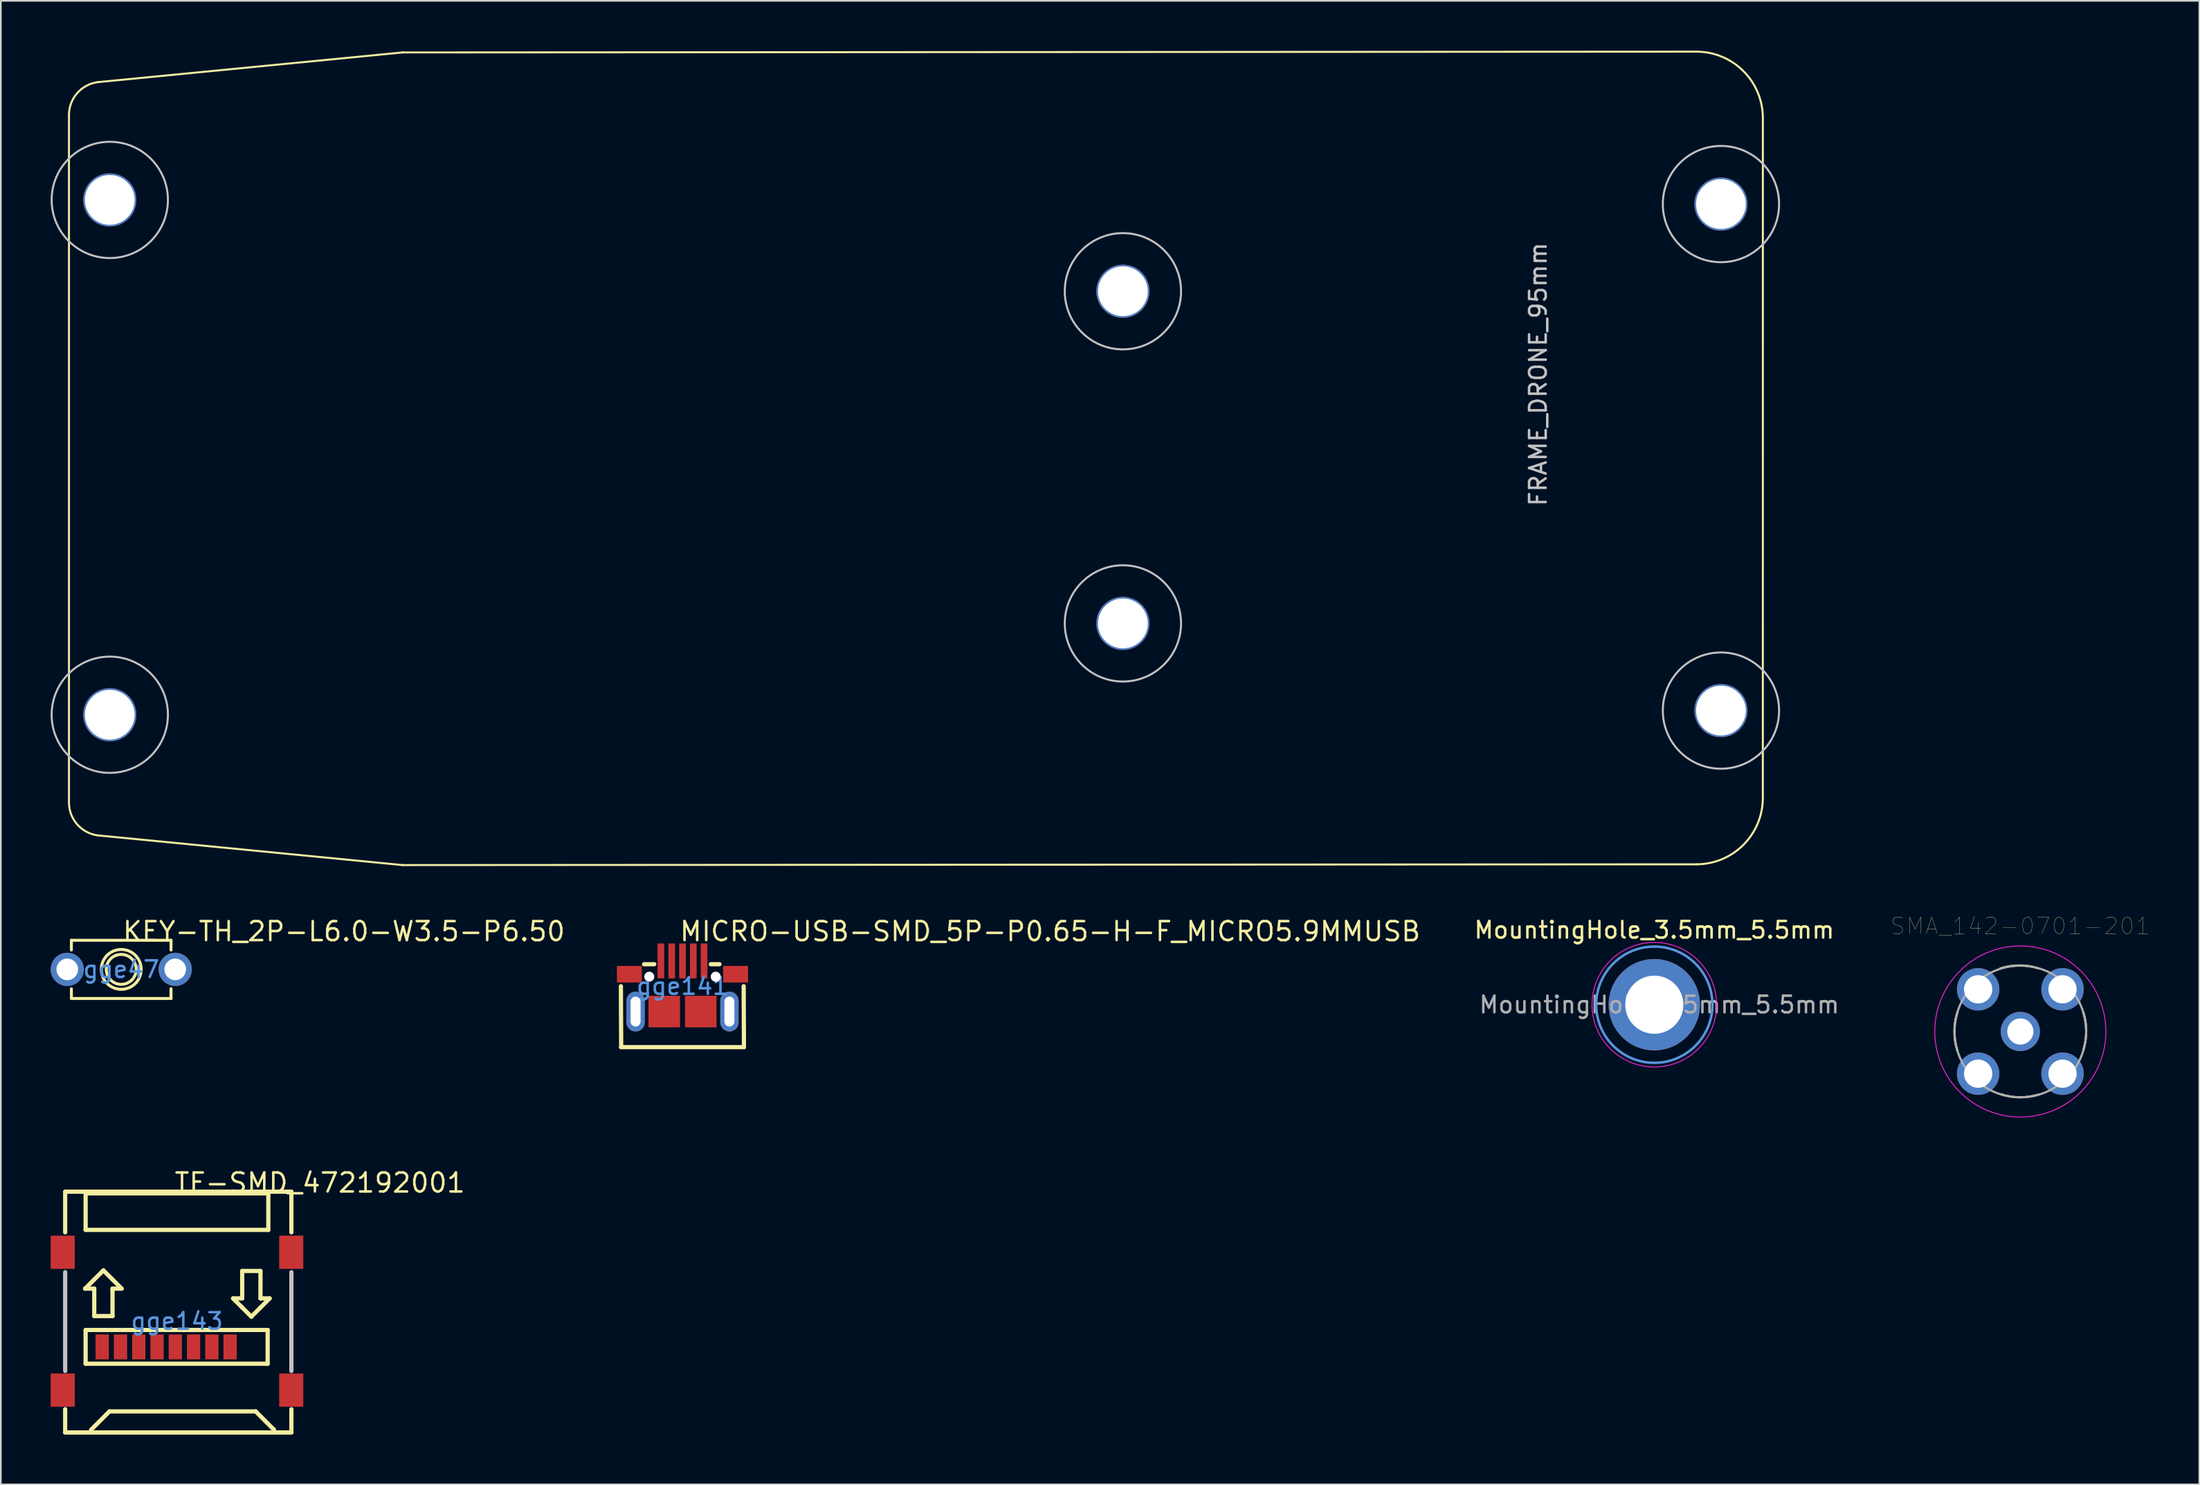
<source format=kicad_pcb>
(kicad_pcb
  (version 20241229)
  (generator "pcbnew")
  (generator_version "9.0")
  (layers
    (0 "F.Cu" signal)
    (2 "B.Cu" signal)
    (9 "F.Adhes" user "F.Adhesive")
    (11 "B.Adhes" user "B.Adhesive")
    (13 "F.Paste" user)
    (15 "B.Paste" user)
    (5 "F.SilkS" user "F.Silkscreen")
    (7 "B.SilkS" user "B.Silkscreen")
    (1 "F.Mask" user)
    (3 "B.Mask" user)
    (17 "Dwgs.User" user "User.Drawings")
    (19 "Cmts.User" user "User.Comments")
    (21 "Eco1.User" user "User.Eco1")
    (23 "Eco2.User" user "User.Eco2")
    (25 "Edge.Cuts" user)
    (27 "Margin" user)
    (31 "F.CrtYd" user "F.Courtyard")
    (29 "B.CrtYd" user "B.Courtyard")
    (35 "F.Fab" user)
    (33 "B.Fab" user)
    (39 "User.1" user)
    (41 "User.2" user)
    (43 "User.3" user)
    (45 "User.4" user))
  (footprint "MICRO-USB-SMD_5P-P0.65-H-F_MICRO5.9MMUSB"
    (layer "F.Cu")
    (at 38.043 56.336)
    (property "Reference" "MICRO-USB-SMD_5P-P0.65-H-F_MICRO5.9MMUSB" (at -0.251 -3.301 0) (layer "F.SilkS") (effects (font (size 1.143 1.143) (thickness 0.152)) (justify left)))
    (attr smd)
    (fp_line (start -3.7 3.667) (end 3.692 3.667) (stroke (width 0.254) (type solid)) (layer "F.SilkS"))
    (fp_line (start -3.692 3.659) (end -3.709 0) (stroke (width 0.254) (type solid)) (layer "F.SilkS"))
    (fp_line (start -2.315 -1.325) (end -1.7 -1.325) (stroke (width 0.254) (type solid)) (layer "F.SilkS"))
    (fp_line (start 1.707 -1.325) (end 2.225 -1.325) (stroke (width 0.254) (type solid)) (layer "F.SilkS"))
    (fp_line (start 3.692 3.667) (end 3.7 3.659) (stroke (width 0.254) (type solid)) (layer "F.SilkS"))
    (fp_line (start 3.7 3.659) (end 3.683 0) (stroke (width 0.254) (type solid)) (layer "F.SilkS"))
    (fp_poly (pts (xy -3.95 -1.225) (xy -2.45 -1.225) (xy -2.45 -0.225) (xy -3.95 -0.225)) (stroke (width 0) (type solid)) (fill yes) (layer "F.Paste"))
    (fp_poly (pts (xy -2.05 0.575) (xy -0.15 0.575) (xy -0.15 2.475) (xy -2.05 2.475)) (stroke (width 0) (type solid)) (fill yes) (layer "F.Paste"))
    (fp_poly (pts (xy -1.5 -2.575) (xy -1.1 -2.575) (xy -1.1 -0.475) (xy -1.5 -0.475)) (stroke (width 0) (type solid)) (fill yes) (layer "F.Paste"))
    (fp_poly (pts (xy -0.85 -2.575) (xy -0.45 -2.575) (xy -0.45 -0.475) (xy -0.85 -0.475)) (stroke (width 0) (type solid)) (fill yes) (layer "F.Paste"))
    (fp_poly (pts (xy -0.2 -2.575) (xy 0.2 -2.575) (xy 0.2 -0.475) (xy -0.2 -0.475)) (stroke (width 0) (type solid)) (fill yes) (layer "F.Paste"))
    (fp_poly (pts (xy 0.15 0.575) (xy 2.05 0.575) (xy 2.05 2.475) (xy 0.15 2.475)) (stroke (width 0) (type solid)) (fill yes) (layer "F.Paste"))
    (fp_poly (pts (xy 0.45 -2.575) (xy 0.85 -2.575) (xy 0.85 -0.475) (xy 0.45 -0.475)) (stroke (width 0) (type solid)) (fill yes) (layer "F.Paste"))
    (fp_poly (pts (xy 1.1 -2.575) (xy 1.5 -2.575) (xy 1.5 -0.475) (xy 1.1 -0.475)) (stroke (width 0) (type solid)) (fill yes) (layer "F.Paste"))
    (fp_poly (pts (xy 2.45 -1.225) (xy 3.95 -1.225) (xy 3.95 -0.225) (xy 2.45 -0.225)) (stroke (width 0) (type solid)) (fill yes) (layer "F.Paste"))
    (fp_text user "gge141" (at 0 0 0) (layer "Cmts.User") (effects (font (size 1 1) (thickness 0.15))))
    (pad "" np_thru_hole circle (at -2 -0.575) (size 0.6 0.6) (drill 0.6) (layers "*.Cu" "*.Mask"))
    (pad "" np_thru_hole circle (at 2 -0.575) (size 0.6 0.6) (drill 0.6) (layers "*.Cu" "*.Mask"))
    (pad "1" smd rect (at -1.3 -1.525) (size 0.4 2.1) (layers "F.Cu" "F.Mask" "F.Paste"))
    (pad "2" smd rect (at -0.65 -1.525) (size 0.4 2.1) (layers "F.Cu" "F.Mask" "F.Paste"))
    (pad "3" smd rect (at 0 -1.525) (size 0.4 2.1) (layers "F.Cu" "F.Mask" "F.Paste"))
    (pad "4" smd rect (at 0.65 -1.525) (size 0.4 2.1) (layers "F.Cu" "F.Mask" "F.Paste"))
    (pad "5" smd rect (at 1.3 -1.525) (size 0.4 2.1) (layers "F.Cu" "F.Mask" "F.Paste"))
    (pad "6" smd rect (at -3.2 -0.725) (size 1.5 1) (layers "F.Cu" "F.Mask" "F.Paste"))
    (pad "6" thru_hole oval (at -2.825 1.525) (size 1.1 2.4) (drill oval 0.6 1.8) (layers "*.Cu" "*.Paste" "*.Mask"))
    (pad "6" smd rect (at -1.1 1.525) (size 1.9 1.9) (layers "F.Cu" "F.Mask" "F.Paste"))
    (pad "6" smd rect (at 1.1 1.525) (size 1.9 1.9) (layers "F.Cu" "F.Mask" "F.Paste"))
    (pad "6" thru_hole oval (at 2.825 1.525) (size 1.1 2.4) (drill oval 0.6 1.8) (layers "*.Cu" "*.Paste" "*.Mask"))
    (pad "6" smd rect (at 3.2 -0.725) (size 1.5 1) (layers "F.Cu" "F.Mask" "F.Paste")))
  (footprint "TF-SMD_472192001"
    (layer "F.Cu")
    (at 7.605 76.504)
    (property "Reference" "TF-SMD_472192001" (at -0.232 -8.332 0) (layer "F.SilkS") (effects (font (size 1.143 1.143) (thickness 0.152)) (justify left)))
    (attr smd)
    (fp_line (start -6.731 -7.787) (end -6.731 -5.35) (stroke (width 0.254) (type solid)) (layer "F.SilkS"))
    (fp_line (start -6.731 5.3) (end -6.731 6.7) (stroke (width 0.254) (type solid)) (layer "F.SilkS"))
    (fp_line (start -6.731 6.7) (end 6.89 6.7) (stroke (width 0.254) (type solid)) (layer "F.SilkS"))
    (fp_line (start -5.531 -1.959) (end -4.98 -2.51) (stroke (width 0.254) (type solid)) (layer "F.SilkS"))
    (fp_line (start -5.5 -7.697) (end 5.5 -7.697) (stroke (width 0.254) (type solid)) (layer "F.SilkS"))
    (fp_line (start -5.5 -5.497) (end -5.5 -7.697) (stroke (width 0.254) (type solid)) (layer "F.SilkS"))
    (fp_line (start -5.5 0.53) (end 5.461 0.53) (stroke (width 0.254) (type solid)) (layer "F.SilkS"))
    (fp_line (start -5.5 2.562) (end -5.5 0.53) (stroke (width 0.254) (type solid)) (layer "F.SilkS"))
    (fp_line (start -5.163 6.531) (end -4.063 5.432) (stroke (width 0.254) (type solid)) (layer "F.SilkS"))
    (fp_line (start -5.163 6.662) (end -5.163 6.531) (stroke (width 0.254) (type solid)) (layer "F.SilkS"))
    (fp_line (start -4.98 -2.51) (end -4.431 -3.059) (stroke (width 0.254) (type solid)) (layer "F.SilkS"))
    (fp_line (start -4.98 -1.959) (end -5.531 -1.959) (stroke (width 0.254) (type solid)) (layer "F.SilkS"))
    (fp_line (start -4.98 -0.308) (end -4.98 -1.959) (stroke (width 0.254) (type solid)) (layer "F.SilkS"))
    (fp_line (start -4.431 -3.059) (end -3.88 -2.51) (stroke (width 0.254) (type solid)) (layer "F.SilkS"))
    (fp_line (start -4.063 5.432) (end 4.737 5.432) (stroke (width 0.254) (type solid)) (layer "F.SilkS"))
    (fp_line (start -3.88 -2.51) (end -3.331 -1.959) (stroke (width 0.254) (type solid)) (layer "F.SilkS"))
    (fp_line (start -3.88 -1.959) (end -3.88 -0.308) (stroke (width 0.254) (type solid)) (layer "F.SilkS"))
    (fp_line (start -3.88 -0.308) (end -4.98 -0.308) (stroke (width 0.254) (type solid)) (layer "F.SilkS"))
    (fp_line (start -3.331 -1.959) (end -3.88 -1.959) (stroke (width 0.254) (type solid)) (layer "F.SilkS"))
    (fp_line (start 3.379 -1.372) (end 3.928 -1.372) (stroke (width 0.254) (type solid)) (layer "F.SilkS"))
    (fp_line (start 3.928 -3.023) (end 5.028 -3.023) (stroke (width 0.254) (type solid)) (layer "F.SilkS"))
    (fp_line (start 3.928 -1.372) (end 3.928 -3.023) (stroke (width 0.254) (type solid)) (layer "F.SilkS"))
    (fp_line (start 3.928 -0.821) (end 3.379 -1.372) (stroke (width 0.254) (type solid)) (layer "F.SilkS"))
    (fp_line (start 4.479 -0.272) (end 3.928 -0.821) (stroke (width 0.254) (type solid)) (layer "F.SilkS"))
    (fp_line (start 4.737 5.432) (end 5.837 6.532) (stroke (width 0.254) (type solid)) (layer "F.SilkS"))
    (fp_line (start 5.028 -3.023) (end 5.028 -1.372) (stroke (width 0.254) (type solid)) (layer "F.SilkS"))
    (fp_line (start 5.028 -1.372) (end 5.579 -1.372) (stroke (width 0.254) (type solid)) (layer "F.SilkS"))
    (fp_line (start 5.028 -0.821) (end 4.479 -0.272) (stroke (width 0.254) (type solid)) (layer "F.SilkS"))
    (fp_line (start 5.461 0.53) (end 5.461 2.562) (stroke (width 0.254) (type solid)) (layer "F.SilkS"))
    (fp_line (start 5.461 2.562) (end -5.5 2.562) (stroke (width 0.254) (type solid)) (layer "F.SilkS"))
    (fp_line (start 5.5 -7.697) (end 5.5 -5.497) (stroke (width 0.254) (type solid)) (layer "F.SilkS"))
    (fp_line (start 5.5 -5.497) (end -5.5 -5.497) (stroke (width 0.254) (type solid)) (layer "F.SilkS"))
    (fp_line (start 5.579 -1.372) (end 5.028 -0.821) (stroke (width 0.254) (type solid)) (layer "F.SilkS"))
    (fp_line (start 5.837 6.532) (end 5.837 6.662) (stroke (width 0.254) (type solid)) (layer "F.SilkS"))
    (fp_line (start 6.89 -7.797) (end -6.731 -7.797) (stroke (width 0.254) (type solid)) (layer "F.SilkS"))
    (fp_line (start 6.89 -5.35) (end 6.89 -7.797) (stroke (width 0.254) (type solid)) (layer "F.SilkS"))
    (fp_line (start 6.89 6.7) (end -6.71 6.7) (stroke (width 0.254) (type solid)) (layer "F.SilkS"))
    (fp_line (start 6.89 6.7) (end 6.89 5.3) (stroke (width 0.254) (type solid)) (layer "F.SilkS"))
    (fp_line (start -6.731 -2.95) (end -6.731 3) (stroke (width 0.254) (type solid)) (layer "Dwgs.User"))
    (fp_line (start 6.89 3) (end 6.89 -2.95) (stroke (width 0.254) (type solid)) (layer "Dwgs.User"))
    (fp_text user "gge143" (at 0 0 0) (layer "Cmts.User") (effects (font (size 1 1) (thickness 0.15))))
    (pad "1" smd rect (at 3.2 1.55) (size 0.8 1.5) (layers "F.Cu" "F.Mask" "F.Paste"))
    (pad "2" smd rect (at 2.1 1.55) (size 0.8 1.5) (layers "F.Cu" "F.Mask" "F.Paste"))
    (pad "3" smd rect (at 1 1.55) (size 0.8 1.5) (layers "F.Cu" "F.Mask" "F.Paste"))
    (pad "4" smd rect (at -0.1 1.55) (size 0.8 1.5) (layers "F.Cu" "F.Mask" "F.Paste"))
    (pad "5" smd rect (at -1.2 1.55) (size 0.8 1.5) (layers "F.Cu" "F.Mask" "F.Paste"))
    (pad "6" smd rect (at -2.3 1.55) (size 0.8 1.5) (layers "F.Cu" "F.Mask" "F.Paste"))
    (pad "7" smd rect (at -3.4 1.55) (size 0.8 1.5) (layers "F.Cu" "F.Mask" "F.Paste"))
    (pad "8" smd rect (at -4.5 1.55) (size 0.8 1.5) (layers "F.Cu" "F.Mask" "F.Paste"))
    (pad "9" smd rect (at 6.88 -4.15) (size 1.45 2) (layers "F.Cu" "F.Mask" "F.Paste"))
    (pad "10" smd rect (at -6.88 -4.15) (size 1.45 2) (layers "F.Cu" "F.Mask" "F.Paste"))
    (pad "11" smd rect (at -6.88 4.15) (size 1.45 2) (layers "F.Cu" "F.Mask" "F.Paste"))
    (pad "12" smd rect (at 6.88 4.15) (size 1.45 2) (layers "F.Cu" "F.Mask" "F.Paste")))
  (footprint "MountingHole_3.5mm_5.5mm"
    (layer "F.Cu")
    (at 96.555 57.448)
    (property "Reference" "MountingHole_3.5mm_5.5mm" (at 0 -4.5 0) (layer "F.SilkS") (effects (font (size 1 1) (thickness 0.15))))
    (attr exclude_from_pos_files exclude_from_bom)
    (fp_circle (center 0 0) (end 3.5 0) (stroke (width 0.15) (type solid)) (fill no) (layer "Cmts.User"))
    (fp_circle (center 0 0) (end 3.75 0) (stroke (width 0.05) (type solid)) (fill no) (layer "F.CrtYd"))
    (fp_text user "${REFERENCE}" (at 0.3 0 0) (layer "F.Fab") (effects (font (size 1 1) (thickness 0.15))))
    (pad "1" thru_hole circle (at 0 0) (size 5.5 5.5) (drill 3.5) (layers "*.Cu" "*.Mask")))
  (footprint "FRAME_DRONE_95mm"
    (layer "F.Cu")
    (at 62.393 25.315)
    (property "Reference" "FRAME_DRONE_95mm" (at 27.167 -5.827 270) (layer "Dwgs.User") (effects (font (size 1 1) (thickness 0.15))))
    (attr through_hole)
    (fp_line (start -61.29 -21.441) (end -61.29 19.959) (stroke (width 0.12) (type solid)) (layer "F.SilkS"))
    (fp_line (start -59.563 -23.419) (end -41.209 -25.207) (stroke (width 0.12) (type solid)) (layer "F.SilkS"))
    (fp_line (start -41.211 23.725) (end -59.565 21.937) (stroke (width 0.12) (type solid)) (layer "F.SilkS"))
    (fp_line (start -41.211 23.725) (end 36.698 23.678) (stroke (width 0.12) (type solid)) (layer "F.SilkS"))
    (fp_line (start -41.209 -25.207) (end 36.7 -25.255) (stroke (width 0.12) (type solid)) (layer "F.SilkS"))
    (fp_line (start 40.696 19.68) (end 40.698 -21.257) (stroke (width 0.12) (type solid)) (layer "F.SilkS"))
    (fp_arc (start -61.2902 -21.44068) (mid -60.798204 -22.75309) (end -59.564708 -23.418649) (stroke (width 0.12) (type solid)) (layer "F.SilkS"))
    (fp_arc (start -59.564708 21.937289) (mid -60.798204 21.271731) (end -61.2902 19.95932) (stroke (width 0.12) (type solid)) (layer "F.SilkS"))
    (fp_arc (start 36.699628 -25.254529) (mid 39.526613 -24.083554) (end 40.697588 -21.256569) (stroke (width 0.12) (type solid)) (layer "F.SilkS"))
    (fp_arc (start 40.69588 19.67992) (mid 39.524905 22.506905) (end 36.69792 23.67788) (stroke (width 0.12) (type solid)) (layer "F.SilkS"))
    (fp_circle (center -58.833 -16.327) (end -58.833 -12.827) (stroke (width 0.12) (type solid)) (fill no) (layer "Dwgs.User"))
    (fp_circle (center -58.833 14.673) (end -58.833 18.173) (stroke (width 0.12) (type solid)) (fill no) (layer "Dwgs.User"))
    (fp_circle (center 2.167 -10.827) (end 2.167 -7.327) (stroke (width 0.12) (type solid)) (fill no) (layer "Dwgs.User"))
    (fp_circle (center 2.167 9.173) (end 2.167 12.673) (stroke (width 0.12) (type solid)) (fill no) (layer "Dwgs.User"))
    (fp_circle (center 38.175 -16.077) (end 38.175 -12.577) (stroke (width 0.12) (type solid)) (fill no) (layer "Dwgs.User"))
    (fp_circle (center 38.175 14.423) (end 38.175 17.923) (stroke (width 0.12) (type solid)) (fill no) (layer "Dwgs.User"))
    (pad "" np_thru_hole circle (at -58.833 -16.327 270) (size 3.2 3.2) (drill 3) (layers "*.Cu" "*.Mask"))
    (pad "" np_thru_hole circle (at -58.833 14.673 270) (size 3.2 3.2) (drill 3) (layers "*.Cu" "*.Mask"))
    (pad "" np_thru_hole circle (at 2.167 -10.827 270) (size 3.2 3.2) (drill 3) (layers "*.Cu" "*.Mask"))
    (pad "" np_thru_hole circle (at 2.167 9.173 270) (size 3.2 3.2) (drill 3) (layers "*.Cu" "*.Mask"))
    (pad "" np_thru_hole circle (at 38.175 -16.077 270) (size 3.2 3.2) (drill 3) (layers "*.Cu" "*.Mask"))
    (pad "" np_thru_hole circle (at 38.175 14.423 270) (size 3.2 3.2) (drill 3) (layers "*.Cu" "*.Mask")))
  (footprint "SMA_142-0701-201"
    (layer "F.Cu")
    (at 118.593 59.061)
    (property "Reference" "SMA_142-0701-201" (at 0 -6.35 0) (layer "F.SilkS") (effects (font (size 1 1) (thickness 0.015))))
    (attr through_hole)
    (fp_arc (start -3.79 1.15) (mid -3.967002 0) (end -3.79 -1.15) (stroke (width 0.127) (type solid)) (layer "F.SilkS"))
    (fp_arc (start -1.2 -3.8) (mid -0.05 -3.977002) (end 1.1 -3.8) (stroke (width 0.127) (type solid)) (layer "F.SilkS"))
    (fp_arc (start 1.145 3.785) (mid -0.005 3.962002) (end -1.155 3.785) (stroke (width 0.127) (type solid)) (layer "F.SilkS"))
    (fp_arc (start 3.79 -1.165) (mid 3.967002 -0.015) (end 3.79 1.135) (stroke (width 0.127) (type solid)) (layer "F.SilkS"))
    (fp_circle (center 0 0) (end 5.15 0) (stroke (width 0.05) (type solid)) (fill no) (layer "F.CrtYd"))
    (fp_circle (center 0 0) (end 3.962 0) (stroke (width 0.127) (type solid)) (fill no) (layer "F.Fab"))
    (pad "1" thru_hole circle (at 0 0) (size 2.362 2.362) (drill 1.575) (layers "*.Cu" "*.Mask"))
    (pad "2" thru_hole circle (at -2.54 -2.54) (size 2.553 2.553) (drill 1.702) (layers "*.Cu" "*.Mask"))
    (pad "2" thru_hole circle (at -2.54 2.54) (size 2.553 2.553) (drill 1.702) (layers "*.Cu" "*.Mask"))
    (pad "2" thru_hole circle (at 2.54 -2.54) (size 2.553 2.553) (drill 1.702) (layers "*.Cu" "*.Mask"))
    (pad "2" thru_hole circle (at 2.54 2.54) (size 2.553 2.553) (drill 1.702) (layers "*.Cu" "*.Mask")))
  (footprint "KEY-TH_2P-L6.0-W3.5-P6.50"
    (layer "F.Cu")
    (at 4.25 55.321)
    (property "Reference" "KEY-TH_2P-L6.0-W3.5-P6.50" (at 0 -2.286 0) (layer "F.SilkS") (effects (font (size 1.143 1.143) (thickness 0.152)) (justify left)))
    (attr through_hole)
    (fp_line (start -3.002 -1.753) (end -3.002 -1.167) (stroke (width 0.178) (type solid)) (layer "F.SilkS"))
    (fp_line (start -3.002 1.167) (end -3.002 1.753) (stroke (width 0.178) (type solid)) (layer "F.SilkS"))
    (fp_line (start -2.997 1.753) (end 3.002 1.753) (stroke (width 0.178) (type solid)) (layer "F.SilkS"))
    (fp_line (start 2.997 -1.753) (end -3.002 -1.753) (stroke (width 0.178) (type solid)) (layer "F.SilkS"))
    (fp_line (start 2.997 -1.753) (end 2.997 -1.166) (stroke (width 0.178) (type solid)) (layer "F.SilkS"))
    (fp_line (start 2.997 1.166) (end 2.997 1.753) (stroke (width 0.178) (type solid)) (layer "F.SilkS"))
    (fp_circle (center 0 0) (end 0.901 0) (stroke (width 0.178) (type solid)) (fill no) (layer "F.SilkS"))
    (fp_circle (center 0 0) (end 1.2 0) (stroke (width 0.178) (type solid)) (fill no) (layer "F.SilkS"))
    (fp_text user "gge47" (at 0 0 0) (layer "Cmts.User") (effects (font (size 1 1) (thickness 0.15))))
    (pad "1" thru_hole circle (at -3.25 0 180) (size 2 2) (drill 1.3) (layers "*.Cu" "*.Paste" "*.Mask"))
    (pad "2" thru_hole circle (at 3.25 0 180) (size 2 2) (drill 1.3) (layers "*.Cu" "*.Paste" "*.Mask")))
  (gr_rect
    (start -3 -3)
    (end 129.372 86.331)
    (stroke (width 0.1) (type default))
    (fill no)
    (layer "Edge.Cuts")))
</source>
